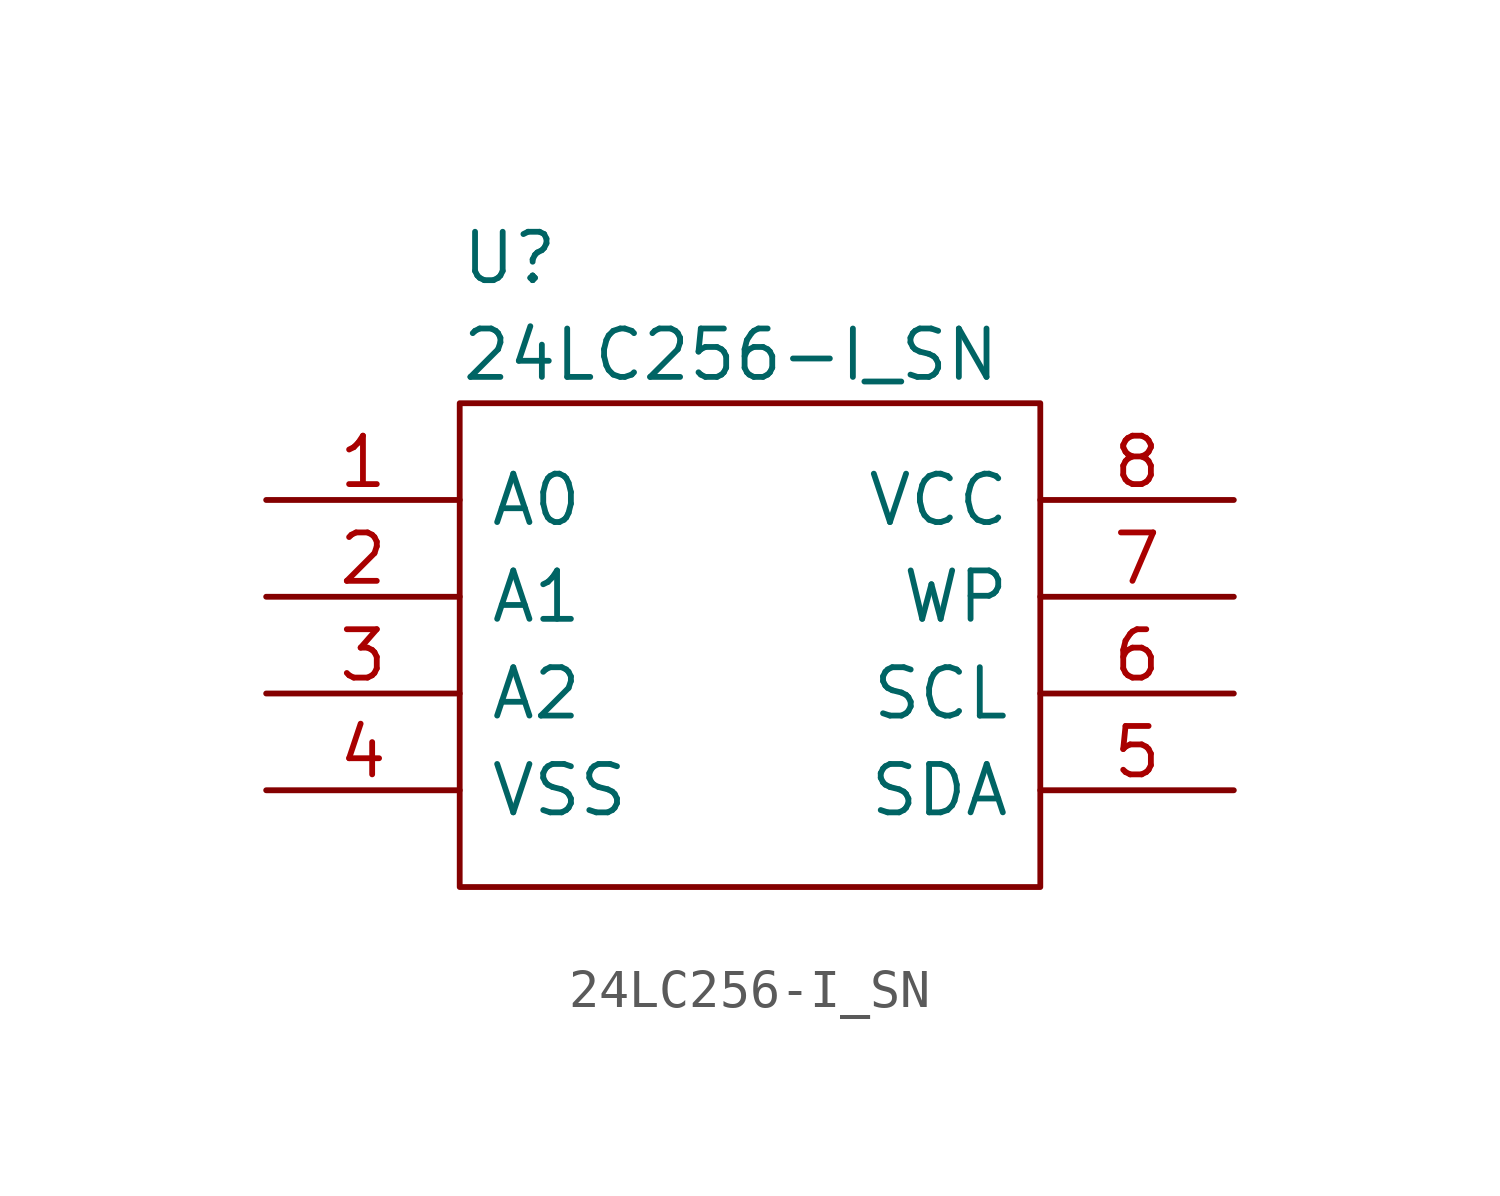
<source format=kicad_sym>
(kicad_symbol_lib
  (version 20211014)
  (generator kicad_symbol_editor)
  (symbol "24LC256-I_SN"
    (pin_names
      (offset 0.762))
    (property "Reference" "U"
      (at -7.62 10.16 0)
      (effects (font (size 1.27 1.27)) (justify left)))
    (property "Value" "24LC256-I_SN"
      (at -7.62 7.62 0)
      (effects (font (size 1.27 1.27)) (justify left)))
    (symbol "24LC256-I_SN_0_0"
      (pin passive line (at -12.7 3.81 0) (length 5.08) (name "A0" (effects (font (size 1.27 1.27)))) (number "1" (effects (font (size 1.27 1.27)))))
      (pin passive line (at -12.7 1.27 0) (length 5.08) (name "A1" (effects (font (size 1.27 1.27)))) (number "2" (effects (font (size 1.27 1.27)))))
      (pin passive line (at -12.7 -1.27 0) (length 5.08) (name "A2" (effects (font (size 1.27 1.27)))) (number "3" (effects (font (size 1.27 1.27)))))
      (pin passive line (at -12.7 -3.81 0) (length 5.08) (name "VSS" (effects (font (size 1.27 1.27)))) (number "4" (effects (font (size 1.27 1.27)))))
      (pin passive line (at 12.7 -3.81 180) (length 5.08) (name "SDA" (effects (font (size 1.27 1.27)))) (number "5" (effects (font (size 1.27 1.27)))))
      (pin passive line (at 12.7 -1.27 180) (length 5.08) (name "SCL" (effects (font (size 1.27 1.27)))) (number "6" (effects (font (size 1.27 1.27)))))
      (pin passive line (at 12.7 1.27 180) (length 5.08) (name "WP" (effects (font (size 1.27 1.27)))) (number "7" (effects (font (size 1.27 1.27)))))
      (pin passive line (at 12.7 3.81 180) (length 5.08) (name "VCC" (effects (font (size 1.27 1.27)))) (number "8" (effects (font (size 1.27 1.27))))))
    (symbol "24LC256-I_SN_0_1"
      (polyline (pts (xy -7.62 6.35) (xy 7.62 6.35) (xy 7.62 -6.35) (xy -7.62 -6.35) (xy -7.62 6.35)) (stroke (width 0.152) (type default) (color 0 0 0 0)) (fill (type none))))))
</source>
